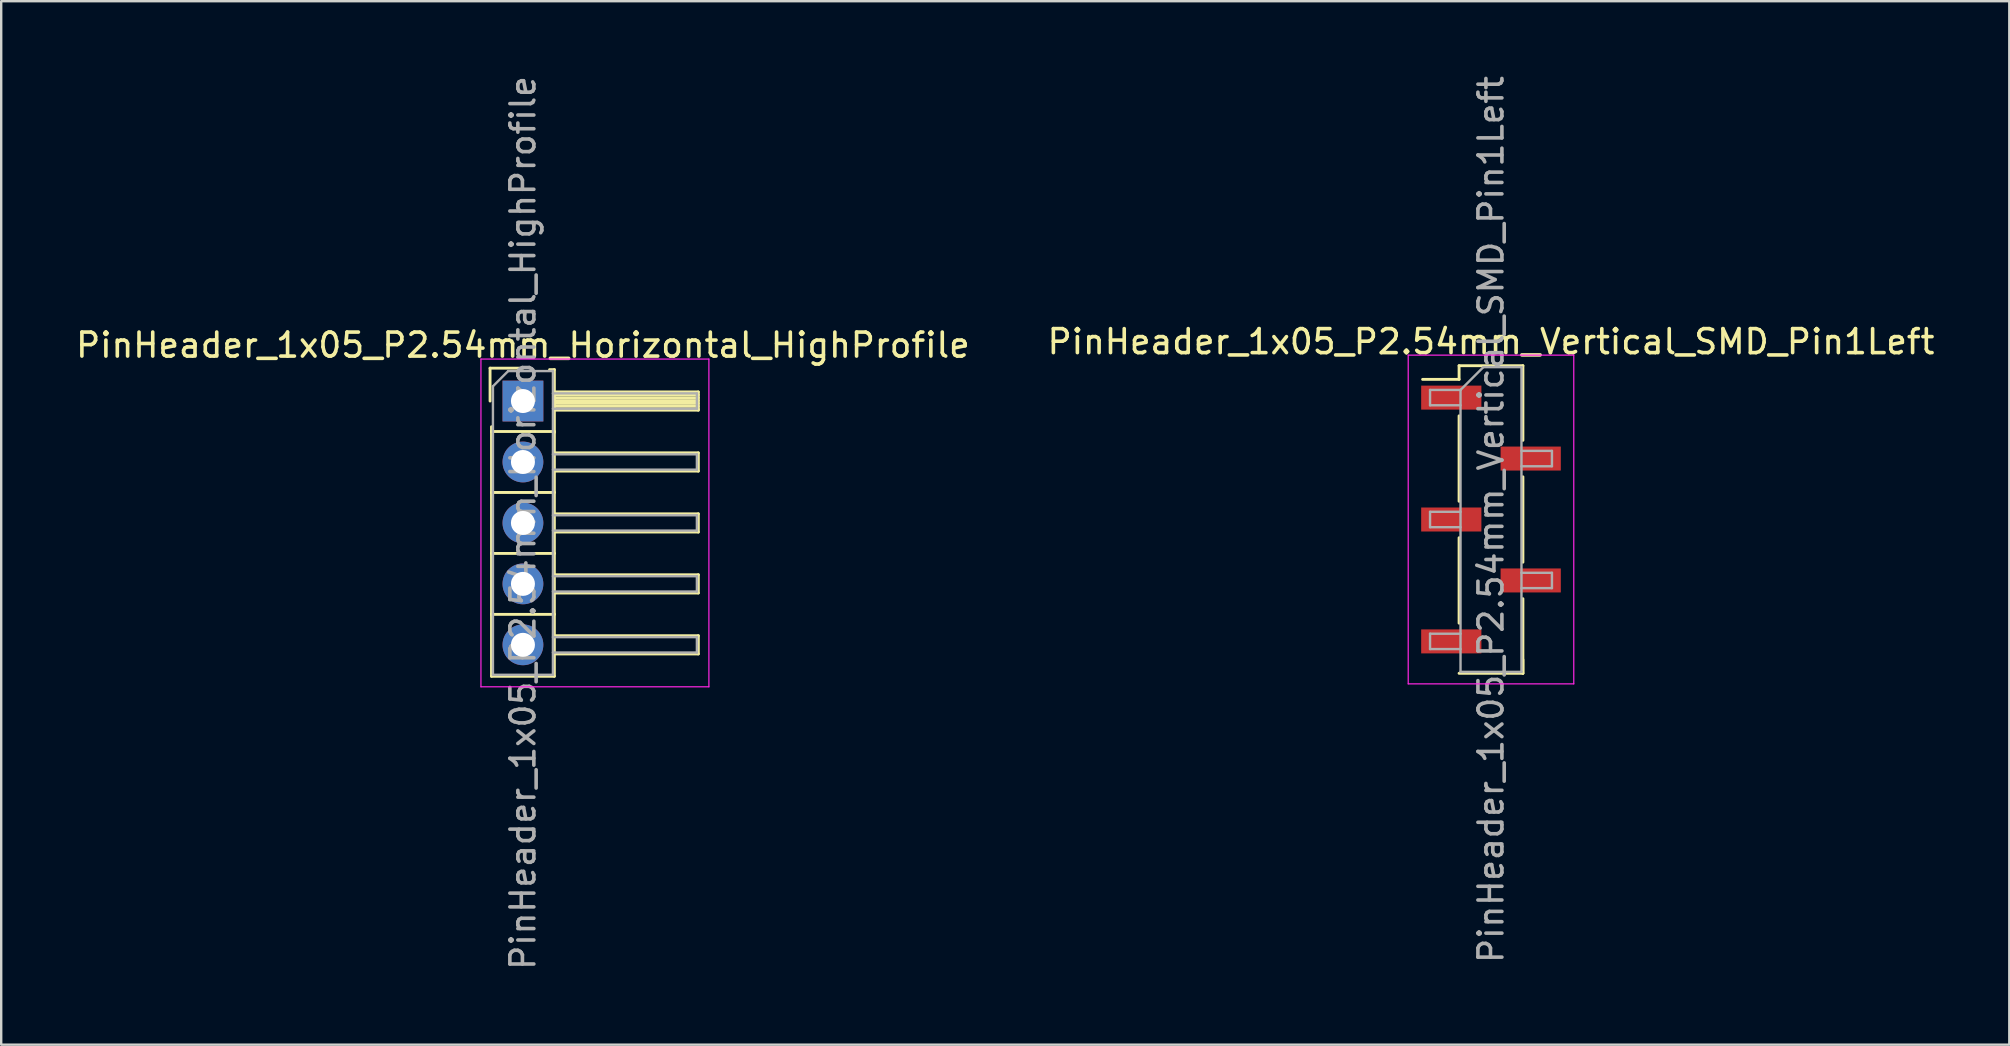
<source format=kicad_pcb>
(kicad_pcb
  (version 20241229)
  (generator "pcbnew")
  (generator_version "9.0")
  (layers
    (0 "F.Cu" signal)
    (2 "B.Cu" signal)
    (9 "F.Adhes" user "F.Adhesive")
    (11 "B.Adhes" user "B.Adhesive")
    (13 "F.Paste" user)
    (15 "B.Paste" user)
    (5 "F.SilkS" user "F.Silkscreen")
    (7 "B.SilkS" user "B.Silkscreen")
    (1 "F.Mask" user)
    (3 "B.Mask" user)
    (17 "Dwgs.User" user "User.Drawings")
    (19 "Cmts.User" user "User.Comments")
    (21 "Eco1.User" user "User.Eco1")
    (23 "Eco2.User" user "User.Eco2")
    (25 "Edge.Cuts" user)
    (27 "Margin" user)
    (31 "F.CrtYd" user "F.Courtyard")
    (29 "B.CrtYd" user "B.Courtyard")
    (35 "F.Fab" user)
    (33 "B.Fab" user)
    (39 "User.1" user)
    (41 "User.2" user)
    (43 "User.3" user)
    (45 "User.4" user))
  (footprint "PinHeader_1x05_P2.54mm_Horizontal_HighProfile"
    (layer "F.Cu")
    (at 18.744 13.664)
    (property "Reference" "PinHeader_1x05_P2.54mm_Horizontal_HighProfile" (at 0 -2.33 0) (layer "F.SilkS") (effects (font (size 1 1) (thickness 0.15))))
    (attr through_hole)
    (fp_line (start -1.37 -1.37) (end -1.37 0) (stroke (width 0.12) (type solid)) (layer "F.SilkS"))
    (fp_line (start -1.37 -1.37) (end 0 -1.37) (stroke (width 0.12) (type solid)) (layer "F.SilkS"))
    (fp_line (start -1.31 1.27) (end -1.31 1.07) (stroke (width 0.12) (type solid)) (layer "F.SilkS"))
    (fp_line (start -1.31 1.27) (end -1.31 3.81) (stroke (width 0.12) (type solid)) (layer "F.SilkS"))
    (fp_line (start -1.31 1.27) (end 1.31 1.27) (stroke (width 0.12) (type solid)) (layer "F.SilkS"))
    (fp_line (start -1.31 3.81) (end -1.31 6.35) (stroke (width 0.12) (type solid)) (layer "F.SilkS"))
    (fp_line (start -1.31 3.81) (end 1.31 3.81) (stroke (width 0.12) (type solid)) (layer "F.SilkS"))
    (fp_line (start -1.31 6.35) (end -1.31 8.89) (stroke (width 0.12) (type solid)) (layer "F.SilkS"))
    (fp_line (start -1.31 6.35) (end 1.31 6.35) (stroke (width 0.12) (type solid)) (layer "F.SilkS"))
    (fp_line (start -1.31 8.89) (end -1.31 11.47) (stroke (width 0.12) (type solid)) (layer "F.SilkS"))
    (fp_line (start -1.31 8.89) (end 1.31 8.89) (stroke (width 0.12) (type solid)) (layer "F.SilkS"))
    (fp_line (start -1.31 11.47) (end 1.31 11.47) (stroke (width 0.12) (type solid)) (layer "F.SilkS"))
    (fp_line (start 1.11 -1.31) (end 1.31 -1.31) (stroke (width 0.12) (type solid)) (layer "F.SilkS"))
    (fp_line (start 1.31 -1.31) (end 1.31 1.31) (stroke (width 0.12) (type solid)) (layer "F.SilkS"))
    (fp_line (start 1.31 -0.38) (end 7.31 -0.38) (stroke (width 0.12) (type solid)) (layer "F.SilkS"))
    (fp_line (start 1.31 -0.26) (end 7.31 -0.26) (stroke (width 0.12) (type solid)) (layer "F.SilkS"))
    (fp_line (start 1.31 -0.14) (end 7.31 -0.14) (stroke (width 0.12) (type solid)) (layer "F.SilkS"))
    (fp_line (start 1.31 -0.02) (end 7.31 -0.02) (stroke (width 0.12) (type solid)) (layer "F.SilkS"))
    (fp_line (start 1.31 0.1) (end 7.31 0.1) (stroke (width 0.12) (type solid)) (layer "F.SilkS"))
    (fp_line (start 1.31 0.22) (end 7.31 0.22) (stroke (width 0.12) (type solid)) (layer "F.SilkS"))
    (fp_line (start 1.31 0.34) (end 7.31 0.34) (stroke (width 0.12) (type solid)) (layer "F.SilkS"))
    (fp_line (start 1.31 0.38) (end 7.31 0.38) (stroke (width 0.12) (type solid)) (layer "F.SilkS"))
    (fp_line (start 1.31 1.27) (end 1.31 3.81) (stroke (width 0.12) (type solid)) (layer "F.SilkS"))
    (fp_line (start 1.31 2.16) (end 7.31 2.16) (stroke (width 0.12) (type solid)) (layer "F.SilkS"))
    (fp_line (start 1.31 2.92) (end 7.31 2.92) (stroke (width 0.12) (type solid)) (layer "F.SilkS"))
    (fp_line (start 1.31 3.81) (end 1.31 6.35) (stroke (width 0.12) (type solid)) (layer "F.SilkS"))
    (fp_line (start 1.31 4.7) (end 7.31 4.7) (stroke (width 0.12) (type solid)) (layer "F.SilkS"))
    (fp_line (start 1.31 5.46) (end 7.31 5.46) (stroke (width 0.12) (type solid)) (layer "F.SilkS"))
    (fp_line (start 1.31 6.35) (end 1.31 8.89) (stroke (width 0.12) (type solid)) (layer "F.SilkS"))
    (fp_line (start 1.31 7.24) (end 7.31 7.24) (stroke (width 0.12) (type solid)) (layer "F.SilkS"))
    (fp_line (start 1.31 8) (end 7.31 8) (stroke (width 0.12) (type solid)) (layer "F.SilkS"))
    (fp_line (start 1.31 8.89) (end 1.31 11.47) (stroke (width 0.12) (type solid)) (layer "F.SilkS"))
    (fp_line (start 1.31 9.78) (end 7.31 9.78) (stroke (width 0.12) (type solid)) (layer "F.SilkS"))
    (fp_line (start 1.31 10.54) (end 7.31 10.54) (stroke (width 0.12) (type solid)) (layer "F.SilkS"))
    (fp_line (start 7.31 -0.38) (end 7.31 0.38) (stroke (width 0.12) (type solid)) (layer "F.SilkS"))
    (fp_line (start 7.31 2.16) (end 7.31 2.92) (stroke (width 0.12) (type solid)) (layer "F.SilkS"))
    (fp_line (start 7.31 4.7) (end 7.31 5.46) (stroke (width 0.12) (type solid)) (layer "F.SilkS"))
    (fp_line (start 7.31 7.24) (end 7.31 8) (stroke (width 0.12) (type solid)) (layer "F.SilkS"))
    (fp_line (start 7.31 9.78) (end 7.31 10.54) (stroke (width 0.12) (type solid)) (layer "F.SilkS"))
    (fp_line (start -1.75 -1.75) (end -1.75 11.91) (stroke (width 0.05) (type solid)) (layer "F.CrtYd"))
    (fp_line (start -1.75 -1.75) (end 7.75 -1.75) (stroke (width 0.05) (type solid)) (layer "F.CrtYd"))
    (fp_line (start -1.75 11.91) (end 7.75 11.91) (stroke (width 0.05) (type solid)) (layer "F.CrtYd"))
    (fp_line (start 7.75 -1.75) (end 7.75 11.91) (stroke (width 0.05) (type solid)) (layer "F.CrtYd"))
    (fp_line (start -1.25 -0.615) (end -1.25 11.41) (stroke (width 0.1) (type solid)) (layer "F.Fab"))
    (fp_line (start -1.25 -0.615) (end -0.615 -1.25) (stroke (width 0.1) (type solid)) (layer "F.Fab"))
    (fp_line (start -1.25 11.41) (end 1.25 11.41) (stroke (width 0.1) (type solid)) (layer "F.Fab"))
    (fp_line (start -0.615 -1.25) (end 1.25 -1.25) (stroke (width 0.1) (type solid)) (layer "F.Fab"))
    (fp_line (start 1.25 -1.25) (end 1.25 11.41) (stroke (width 0.1) (type solid)) (layer "F.Fab"))
    (fp_line (start 1.25 -0.32) (end 7.25 -0.32) (stroke (width 0.1) (type solid)) (layer "F.Fab"))
    (fp_line (start 1.25 0.32) (end 7.25 0.32) (stroke (width 0.1) (type solid)) (layer "F.Fab"))
    (fp_line (start 1.25 2.22) (end 7.25 2.22) (stroke (width 0.1) (type solid)) (layer "F.Fab"))
    (fp_line (start 1.25 2.86) (end 7.25 2.86) (stroke (width 0.1) (type solid)) (layer "F.Fab"))
    (fp_line (start 1.25 4.76) (end 7.25 4.76) (stroke (width 0.1) (type solid)) (layer "F.Fab"))
    (fp_line (start 1.25 5.4) (end 7.25 5.4) (stroke (width 0.1) (type solid)) (layer "F.Fab"))
    (fp_line (start 1.25 7.3) (end 7.25 7.3) (stroke (width 0.1) (type solid)) (layer "F.Fab"))
    (fp_line (start 1.25 7.94) (end 7.25 7.94) (stroke (width 0.1) (type solid)) (layer "F.Fab"))
    (fp_line (start 1.25 9.84) (end 7.25 9.84) (stroke (width 0.1) (type solid)) (layer "F.Fab"))
    (fp_line (start 1.25 10.48) (end 7.25 10.48) (stroke (width 0.1) (type solid)) (layer "F.Fab"))
    (fp_line (start 7.25 -0.32) (end 7.25 0.32) (stroke (width 0.1) (type solid)) (layer "F.Fab"))
    (fp_line (start 7.25 2.22) (end 7.25 2.86) (stroke (width 0.1) (type solid)) (layer "F.Fab"))
    (fp_line (start 7.25 4.76) (end 7.25 5.4) (stroke (width 0.1) (type solid)) (layer "F.Fab"))
    (fp_line (start 7.25 7.3) (end 7.25 7.94) (stroke (width 0.1) (type solid)) (layer "F.Fab"))
    (fp_line (start 7.25 9.84) (end 7.25 10.48) (stroke (width 0.1) (type solid)) (layer "F.Fab"))
    (fp_text user "${REFERENCE}" (at 0 5.08 90) (layer "F.Fab") (effects (font (size 1 1) (thickness 0.15))))
    (pad "1" thru_hole rect (at 0 0) (size 1.7 1.7) (drill 1) (layers "*.Cu" "*.Mask"))
    (pad "2" thru_hole oval (at 0 2.54) (size 1.7 1.7) (drill 1) (layers "*.Cu" "*.Mask"))
    (pad "3" thru_hole oval (at 0 5.08) (size 1.7 1.7) (drill 1) (layers "*.Cu" "*.Mask"))
    (pad "4" thru_hole oval (at 0 7.62) (size 1.7 1.7) (drill 1) (layers "*.Cu" "*.Mask"))
    (pad "5" thru_hole oval (at 0 10.16) (size 1.7 1.7) (drill 1) (layers "*.Cu" "*.Mask")))
  (footprint "PinHeader_1x05_P2.54mm_Vertical_SMD_Pin1Left"
    (layer "F.Cu")
    (at 59.089 18.601)
    (property "Reference" "PinHeader_1x05_P2.54mm_Vertical_SMD_Pin1Left" (at 0 -7.41 0) (layer "F.SilkS") (effects (font (size 1 1) (thickness 0.15))))
    (attr smd)
    (fp_line (start -1.33 -6.41) (end -1.33 -5.84) (stroke (width 0.12) (type solid)) (layer "F.SilkS"))
    (fp_line (start -1.33 -6.41) (end 1.33 -6.41) (stroke (width 0.12) (type solid)) (layer "F.SilkS"))
    (fp_line (start -1.33 -5.84) (end -2.85 -5.84) (stroke (width 0.12) (type solid)) (layer "F.SilkS"))
    (fp_line (start -1.33 -4.32) (end -1.33 -0.76) (stroke (width 0.12) (type solid)) (layer "F.SilkS"))
    (fp_line (start -1.33 0.76) (end -1.33 4.32) (stroke (width 0.12) (type solid)) (layer "F.SilkS"))
    (fp_line (start -1.33 6.41) (end 1.33 6.41) (stroke (width 0.12) (type solid)) (layer "F.SilkS"))
    (fp_line (start 1.33 -6.41) (end 1.33 -3.3) (stroke (width 0.12) (type solid)) (layer "F.SilkS"))
    (fp_line (start 1.33 -1.78) (end 1.33 1.78) (stroke (width 0.12) (type solid)) (layer "F.SilkS"))
    (fp_line (start 1.33 3.3) (end 1.33 6.41) (stroke (width 0.12) (type solid)) (layer "F.SilkS"))
    (fp_line (start 1.33 5.84) (end 1.33 6.41) (stroke (width 0.12) (type solid)) (layer "F.SilkS"))
    (fp_line (start -3.45 -6.85) (end -3.45 6.85) (stroke (width 0.05) (type solid)) (layer "F.CrtYd"))
    (fp_line (start -3.45 6.85) (end 3.45 6.85) (stroke (width 0.05) (type solid)) (layer "F.CrtYd"))
    (fp_line (start 3.45 -6.85) (end -3.45 -6.85) (stroke (width 0.05) (type solid)) (layer "F.CrtYd"))
    (fp_line (start 3.45 6.85) (end 3.45 -6.85) (stroke (width 0.05) (type solid)) (layer "F.CrtYd"))
    (fp_line (start -2.54 -5.4) (end -2.54 -4.76) (stroke (width 0.1) (type solid)) (layer "F.Fab"))
    (fp_line (start -2.54 -4.76) (end -1.27 -4.76) (stroke (width 0.1) (type solid)) (layer "F.Fab"))
    (fp_line (start -2.54 -0.32) (end -2.54 0.32) (stroke (width 0.1) (type solid)) (layer "F.Fab"))
    (fp_line (start -2.54 0.32) (end -1.27 0.32) (stroke (width 0.1) (type solid)) (layer "F.Fab"))
    (fp_line (start -2.54 4.76) (end -2.54 5.4) (stroke (width 0.1) (type solid)) (layer "F.Fab"))
    (fp_line (start -2.54 5.4) (end -1.27 5.4) (stroke (width 0.1) (type solid)) (layer "F.Fab"))
    (fp_line (start -1.27 -5.4) (end -2.54 -5.4) (stroke (width 0.1) (type solid)) (layer "F.Fab"))
    (fp_line (start -1.27 -5.4) (end -0.32 -6.35) (stroke (width 0.1) (type solid)) (layer "F.Fab"))
    (fp_line (start -1.27 -0.32) (end -2.54 -0.32) (stroke (width 0.1) (type solid)) (layer "F.Fab"))
    (fp_line (start -1.27 4.76) (end -2.54 4.76) (stroke (width 0.1) (type solid)) (layer "F.Fab"))
    (fp_line (start -1.27 6.35) (end -1.27 -5.4) (stroke (width 0.1) (type solid)) (layer "F.Fab"))
    (fp_line (start -0.32 -6.35) (end 1.27 -6.35) (stroke (width 0.1) (type solid)) (layer "F.Fab"))
    (fp_line (start 1.27 -6.35) (end 1.27 6.35) (stroke (width 0.1) (type solid)) (layer "F.Fab"))
    (fp_line (start 1.27 -2.86) (end 2.54 -2.86) (stroke (width 0.1) (type solid)) (layer "F.Fab"))
    (fp_line (start 1.27 2.22) (end 2.54 2.22) (stroke (width 0.1) (type solid)) (layer "F.Fab"))
    (fp_line (start 1.27 6.35) (end -1.27 6.35) (stroke (width 0.1) (type solid)) (layer "F.Fab"))
    (fp_line (start 2.54 -2.86) (end 2.54 -2.22) (stroke (width 0.1) (type solid)) (layer "F.Fab"))
    (fp_line (start 2.54 -2.22) (end 1.27 -2.22) (stroke (width 0.1) (type solid)) (layer "F.Fab"))
    (fp_line (start 2.54 2.22) (end 2.54 2.86) (stroke (width 0.1) (type solid)) (layer "F.Fab"))
    (fp_line (start 2.54 2.86) (end 1.27 2.86) (stroke (width 0.1) (type solid)) (layer "F.Fab"))
    (fp_text user "${REFERENCE}" (at 0 0 90) (layer "F.Fab") (effects (font (size 1 1) (thickness 0.15))))
    (pad "1" smd rect (at -1.655 -5.08) (size 2.51 1) (layers "F.Cu" "F.Mask" "F.Paste"))
    (pad "2" smd rect (at 1.655 -2.54) (size 2.51 1) (layers "F.Cu" "F.Mask" "F.Paste"))
    (pad "3" smd rect (at -1.655 0) (size 2.51 1) (layers "F.Cu" "F.Mask" "F.Paste"))
    (pad "4" smd rect (at 1.655 2.54) (size 2.51 1) (layers "F.Cu" "F.Mask" "F.Paste"))
    (pad "5" smd rect (at -1.655 5.08) (size 2.51 1) (layers "F.Cu" "F.Mask" "F.Paste")))
  (gr_rect
    (start -3 -3)
    (end 80.69 40.488)
    (stroke (width 0.1) (type default))
    (fill no)
    (layer "Edge.Cuts")))
</source>
